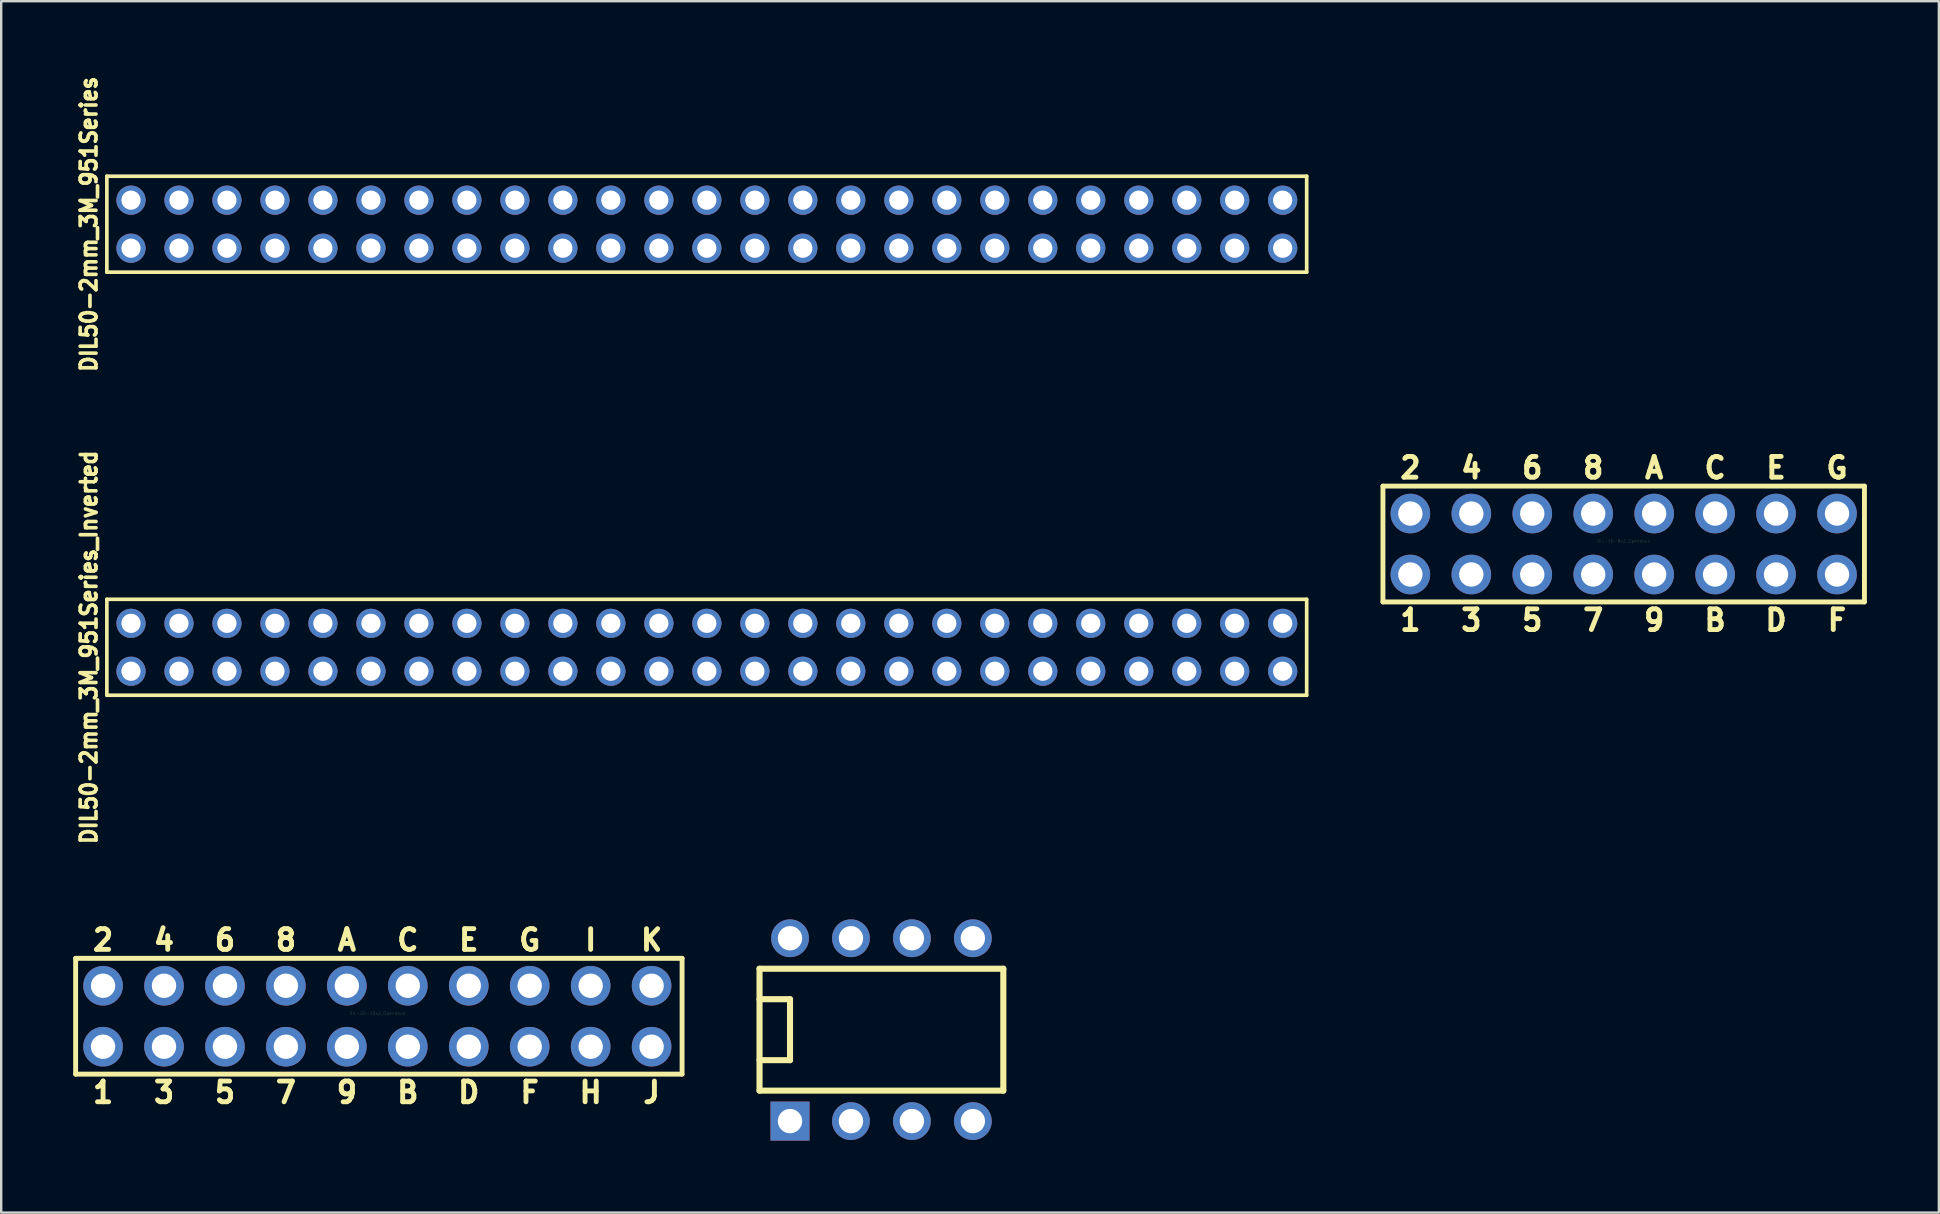
<source format=kicad_pcb>
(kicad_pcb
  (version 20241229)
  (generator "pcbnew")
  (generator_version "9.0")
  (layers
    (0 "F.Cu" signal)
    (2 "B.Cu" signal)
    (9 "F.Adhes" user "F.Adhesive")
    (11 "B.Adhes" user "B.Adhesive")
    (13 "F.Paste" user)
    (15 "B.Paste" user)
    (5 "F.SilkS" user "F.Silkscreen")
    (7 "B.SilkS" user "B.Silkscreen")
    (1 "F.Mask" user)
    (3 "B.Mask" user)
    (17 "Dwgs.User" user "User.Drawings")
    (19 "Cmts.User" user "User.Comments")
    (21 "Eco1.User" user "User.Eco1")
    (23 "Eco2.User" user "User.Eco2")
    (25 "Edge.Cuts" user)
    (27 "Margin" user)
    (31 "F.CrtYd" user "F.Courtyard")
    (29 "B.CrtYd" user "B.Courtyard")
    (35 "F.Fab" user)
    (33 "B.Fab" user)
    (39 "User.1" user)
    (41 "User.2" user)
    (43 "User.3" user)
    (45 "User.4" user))
  (footprint "DIL-20-10x2_Opendous"
    (layer "F.Cu")
    (at 12.675 39.301)
    (property "Reference" "DIL-20-10x2_Opendous" (at 0 -0.127 0) (layer "F.SilkS") (effects (font (size 0.127 0.127) (thickness 0.003))))
    (attr through_hole)
    (fp_line (start -12.573 -2.413) (end 12.7 -2.413) (stroke (width 0.203) (type solid)) (layer "F.SilkS"))
    (fp_line (start -12.573 2.413) (end -12.573 -2.413) (stroke (width 0.203) (type solid)) (layer "F.SilkS"))
    (fp_line (start -12.573 2.413) (end 12.7 2.413) (stroke (width 0.203) (type solid)) (layer "F.SilkS"))
    (fp_line (start 12.7 2.413) (end 12.7 -2.413) (stroke (width 0.203) (type solid)) (layer "F.SilkS"))
    (fp_text user "3" (at -8.89 3.175 0) (layer "F.SilkS") (effects (font (size 0.864 0.813) (thickness 0.203))))
    (fp_text user "8" (at -3.81 -3.175 0) (layer "F.SilkS") (effects (font (size 0.864 0.813) (thickness 0.203))))
    (fp_text user "A" (at -1.27 -3.175 0) (layer "F.SilkS") (effects (font (size 0.864 0.813) (thickness 0.203))))
    (fp_text user "I" (at 8.89 -3.175 0) (layer "F.SilkS") (effects (font (size 0.864 0.813) (thickness 0.203))))
    (fp_text user "6" (at -6.35 -3.175 0) (layer "F.SilkS") (effects (font (size 0.864 0.813) (thickness 0.203))))
    (fp_text user "B" (at 1.27 3.175 0) (layer "F.SilkS") (effects (font (size 0.864 0.813) (thickness 0.203))))
    (fp_text user "H" (at 8.89 3.175 0) (layer "F.SilkS") (effects (font (size 0.864 0.813) (thickness 0.203))))
    (fp_text user "C" (at 1.27 -3.175 0) (layer "F.SilkS") (effects (font (size 0.864 0.813) (thickness 0.203))))
    (fp_text user "K" (at 11.43 -3.175 0) (layer "F.SilkS") (effects (font (size 0.864 0.813) (thickness 0.203))))
    (fp_text user "1" (at -11.43 3.175 0) (layer "F.SilkS") (effects (font (size 0.864 0.813) (thickness 0.203))))
    (fp_text user "7" (at -3.81 3.175 0) (layer "F.SilkS") (effects (font (size 0.864 0.813) (thickness 0.203))))
    (fp_text user "2" (at -11.43 -3.175 0) (layer "F.SilkS") (effects (font (size 0.864 0.813) (thickness 0.203))))
    (fp_text user "E" (at 3.81 -3.175 0) (layer "F.SilkS") (effects (font (size 0.864 0.813) (thickness 0.203))))
    (fp_text user "5" (at -6.35 3.175 0) (layer "F.SilkS") (effects (font (size 0.864 0.813) (thickness 0.203))))
    (fp_text user "J" (at 11.43 3.175 0) (layer "F.SilkS") (effects (font (size 0.864 0.813) (thickness 0.203))))
    (fp_text user "G" (at 6.35 -3.175 0) (layer "F.SilkS") (effects (font (size 0.864 0.813) (thickness 0.203))))
    (fp_text user "4" (at -8.89 -3.175 0) (layer "F.SilkS") (effects (font (size 0.864 0.813) (thickness 0.203))))
    (fp_text user "D" (at 3.81 3.175 0) (layer "F.SilkS") (effects (font (size 0.864 0.813) (thickness 0.203))))
    (fp_text user "9" (at -1.27 3.175 0) (layer "F.SilkS") (effects (font (size 0.864 0.813) (thickness 0.203))))
    (fp_text user "F" (at 6.35 3.175 0) (layer "F.SilkS") (effects (font (size 0.864 0.813) (thickness 0.203))))
    (pad "1" thru_hole circle (at -11.43 1.27) (size 1.651 1.651) (drill 1.016) (layers "*.Cu" "*.Mask"))
    (pad "2" thru_hole circle (at -11.43 -1.27) (size 1.651 1.651) (drill 1.016) (layers "*.Cu" "*.Mask"))
    (pad "3" thru_hole circle (at -8.89 1.27) (size 1.651 1.651) (drill 1.016) (layers "*.Cu" "*.Mask"))
    (pad "4" thru_hole circle (at -8.89 -1.27) (size 1.651 1.651) (drill 1.016) (layers "*.Cu" "*.Mask"))
    (pad "5" thru_hole circle (at -6.35 1.27) (size 1.651 1.651) (drill 1.016) (layers "*.Cu" "*.Mask"))
    (pad "6" thru_hole circle (at -6.35 -1.27) (size 1.651 1.651) (drill 1.016) (layers "*.Cu" "*.Mask"))
    (pad "7" thru_hole circle (at -3.81 1.27) (size 1.651 1.651) (drill 1.016) (layers "*.Cu" "*.Mask"))
    (pad "8" thru_hole circle (at -3.81 -1.27) (size 1.651 1.651) (drill 1.016) (layers "*.Cu" "*.Mask"))
    (pad "9" thru_hole circle (at -1.27 1.27) (size 1.651 1.651) (drill 1.016) (layers "*.Cu" "*.Mask"))
    (pad "10" thru_hole circle (at -1.27 -1.27) (size 1.651 1.651) (drill 1.016) (layers "*.Cu" "*.Mask"))
    (pad "11" thru_hole circle (at 1.27 1.27) (size 1.651 1.651) (drill 1.016) (layers "*.Cu" "*.Mask"))
    (pad "12" thru_hole circle (at 1.27 -1.27) (size 1.651 1.651) (drill 1.016) (layers "*.Cu" "*.Mask"))
    (pad "13" thru_hole circle (at 3.81 1.27) (size 1.651 1.651) (drill 1.016) (layers "*.Cu" "*.Mask"))
    (pad "14" thru_hole circle (at 3.81 -1.27) (size 1.651 1.651) (drill 1.016) (layers "*.Cu" "*.Mask"))
    (pad "15" thru_hole circle (at 6.35 1.27) (size 1.651 1.651) (drill 1.016) (layers "*.Cu" "*.Mask"))
    (pad "16" thru_hole circle (at 6.35 -1.27) (size 1.651 1.651) (drill 1.016) (layers "*.Cu" "*.Mask"))
    (pad "17" thru_hole circle (at 8.89 1.27) (size 1.651 1.651) (drill 1.016) (layers "*.Cu" "*.Mask"))
    (pad "18" thru_hole circle (at 8.89 -1.27) (size 1.651 1.651) (drill 1.016) (layers "*.Cu" "*.Mask"))
    (pad "19" thru_hole circle (at 11.43 1.27) (size 1.651 1.651) (drill 1.016) (layers "*.Cu" "*.Mask"))
    (pad "20" thru_hole circle (at 11.43 -1.27) (size 1.651 1.651) (drill 1.016) (layers "*.Cu" "*.Mask")))
  (footprint "DIL50-2mm_3M_951Series"
    (layer "F.Cu")
    (at 26.404 6.293)
    (property "Reference" "DIL50-2mm_3M_951Series" (at -25.751 0 90) (layer "F.SilkS") (effects (font (size 0.66 0.61) (thickness 0.152))))
    (attr through_hole)
    (fp_line (start -25.001 -1.999) (end 25.001 -1.999) (stroke (width 0.152) (type solid)) (layer "F.SilkS"))
    (fp_line (start -25.001 1.999) (end -25.001 -1.999) (stroke (width 0.152) (type solid)) (layer "F.SilkS"))
    (fp_line (start 25.001 -1.999) (end 25.001 1.999) (stroke (width 0.152) (type solid)) (layer "F.SilkS"))
    (fp_line (start 25.001 1.999) (end -25.001 1.999) (stroke (width 0.152) (type solid)) (layer "F.SilkS"))
    (pad "1" thru_hole circle (at -23.995 -1.001) (size 1.219 1.219) (drill 0.8) (layers "*.Cu" "*.Mask"))
    (pad "2" thru_hole circle (at -23.995 1.001) (size 1.219 1.219) (drill 0.8) (layers "*.Cu" "*.Mask"))
    (pad "3" thru_hole circle (at -21.996 -1.001) (size 1.219 1.219) (drill 0.8) (layers "*.Cu" "*.Mask"))
    (pad "4" thru_hole circle (at -21.996 1.001) (size 1.219 1.219) (drill 0.8) (layers "*.Cu" "*.Mask"))
    (pad "5" thru_hole circle (at -19.997 -1.001) (size 1.219 1.219) (drill 0.8) (layers "*.Cu" "*.Mask"))
    (pad "6" thru_hole circle (at -19.997 1.001) (size 1.219 1.219) (drill 0.8) (layers "*.Cu" "*.Mask"))
    (pad "7" thru_hole circle (at -17.996 -1.001) (size 1.219 1.219) (drill 0.8) (layers "*.Cu" "*.Mask"))
    (pad "8" thru_hole circle (at -17.996 1.001) (size 1.219 1.219) (drill 0.8) (layers "*.Cu" "*.Mask"))
    (pad "9" thru_hole circle (at -15.997 -1.001) (size 1.219 1.219) (drill 0.8) (layers "*.Cu" "*.Mask"))
    (pad "10" thru_hole circle (at -15.997 1.001) (size 1.219 1.219) (drill 0.8) (layers "*.Cu" "*.Mask"))
    (pad "11" thru_hole circle (at -13.995 -1.001) (size 1.219 1.219) (drill 0.8) (layers "*.Cu" "*.Mask"))
    (pad "12" thru_hole circle (at -13.995 1.001) (size 1.219 1.219) (drill 0.8) (layers "*.Cu" "*.Mask"))
    (pad "13" thru_hole circle (at -11.996 -1.001) (size 1.219 1.219) (drill 0.8) (layers "*.Cu" "*.Mask"))
    (pad "14" thru_hole circle (at -11.996 1.001) (size 1.219 1.219) (drill 0.8) (layers "*.Cu" "*.Mask"))
    (pad "15" thru_hole circle (at -9.997 -1.001) (size 1.219 1.219) (drill 0.8) (layers "*.Cu" "*.Mask"))
    (pad "16" thru_hole circle (at -9.997 1.001) (size 1.219 1.219) (drill 0.8) (layers "*.Cu" "*.Mask"))
    (pad "17" thru_hole circle (at -7.996 -1.001) (size 1.219 1.219) (drill 0.8) (layers "*.Cu" "*.Mask"))
    (pad "18" thru_hole circle (at -7.996 1.001) (size 1.219 1.219) (drill 0.8) (layers "*.Cu" "*.Mask"))
    (pad "19" thru_hole circle (at -5.997 -1.001) (size 1.219 1.219) (drill 0.8) (layers "*.Cu" "*.Mask"))
    (pad "20" thru_hole circle (at -5.997 1.001) (size 1.219 1.219) (drill 0.8) (layers "*.Cu" "*.Mask"))
    (pad "21" thru_hole circle (at -3.998 -1.001) (size 1.219 1.219) (drill 0.8) (layers "*.Cu" "*.Mask"))
    (pad "22" thru_hole circle (at -3.998 1.001) (size 1.219 1.219) (drill 0.8) (layers "*.Cu" "*.Mask"))
    (pad "23" thru_hole circle (at -1.996 -1.001) (size 1.219 1.219) (drill 0.8) (layers "*.Cu" "*.Mask"))
    (pad "24" thru_hole circle (at -1.996 1.001) (size 1.219 1.219) (drill 0.8) (layers "*.Cu" "*.Mask"))
    (pad "25" thru_hole circle (at 0.003 -1.001) (size 1.219 1.219) (drill 0.8) (layers "*.Cu" "*.Mask"))
    (pad "26" thru_hole circle (at 0.003 1.001) (size 1.219 1.219) (drill 0.8) (layers "*.Cu" "*.Mask"))
    (pad "27" thru_hole circle (at 2.004 -1.001) (size 1.219 1.219) (drill 0.8) (layers "*.Cu" "*.Mask"))
    (pad "28" thru_hole circle (at 2.004 1.001) (size 1.219 1.219) (drill 0.8) (layers "*.Cu" "*.Mask"))
    (pad "29" thru_hole circle (at 4.003 -1.001) (size 1.219 1.219) (drill 0.8) (layers "*.Cu" "*.Mask"))
    (pad "30" thru_hole circle (at 4.003 1.001) (size 1.219 1.219) (drill 0.8) (layers "*.Cu" "*.Mask"))
    (pad "31" thru_hole circle (at 6.002 -1.001) (size 1.219 1.219) (drill 0.8) (layers "*.Cu" "*.Mask"))
    (pad "32" thru_hole circle (at 6.002 1.001) (size 1.219 1.219) (drill 0.8) (layers "*.Cu" "*.Mask"))
    (pad "33" thru_hole circle (at 8.004 -1.001) (size 1.219 1.219) (drill 0.8) (layers "*.Cu" "*.Mask"))
    (pad "34" thru_hole circle (at 8.004 1.001) (size 1.219 1.219) (drill 0.8) (layers "*.Cu" "*.Mask"))
    (pad "35" thru_hole circle (at 10.003 -1.001) (size 1.219 1.219) (drill 0.8) (layers "*.Cu" "*.Mask"))
    (pad "36" thru_hole circle (at 10.003 1.001) (size 1.219 1.219) (drill 0.8) (layers "*.Cu" "*.Mask"))
    (pad "37" thru_hole circle (at 12.004 -1.001) (size 1.219 1.219) (drill 0.8) (layers "*.Cu" "*.Mask"))
    (pad "38" thru_hole circle (at 12.004 1.001) (size 1.219 1.219) (drill 0.8) (layers "*.Cu" "*.Mask"))
    (pad "39" thru_hole circle (at 14.003 -1.001) (size 1.219 1.219) (drill 0.8) (layers "*.Cu" "*.Mask"))
    (pad "40" thru_hole circle (at 14.003 1.001) (size 1.219 1.219) (drill 0.8) (layers "*.Cu" "*.Mask"))
    (pad "41" thru_hole circle (at 16.002 -1.001) (size 1.219 1.219) (drill 0.8) (layers "*.Cu" "*.Mask"))
    (pad "42" thru_hole circle (at 16.002 1.001) (size 1.219 1.219) (drill 0.8) (layers "*.Cu" "*.Mask"))
    (pad "43" thru_hole circle (at 18.004 -1.001) (size 1.219 1.219) (drill 0.8) (layers "*.Cu" "*.Mask"))
    (pad "44" thru_hole circle (at 18.004 1.001) (size 1.219 1.219) (drill 0.8) (layers "*.Cu" "*.Mask"))
    (pad "45" thru_hole circle (at 20.003 -1.001) (size 1.219 1.219) (drill 0.8) (layers "*.Cu" "*.Mask"))
    (pad "46" thru_hole circle (at 20.003 1.001) (size 1.219 1.219) (drill 0.8) (layers "*.Cu" "*.Mask"))
    (pad "47" thru_hole circle (at 22.001 -1.001) (size 1.219 1.219) (drill 0.8) (layers "*.Cu" "*.Mask"))
    (pad "48" thru_hole circle (at 22.001 1.001) (size 1.219 1.219) (drill 0.8) (layers "*.Cu" "*.Mask"))
    (pad "49" thru_hole circle (at 24 -1.001) (size 1.219 1.219) (drill 0.8) (layers "*.Cu" "*.Mask"))
    (pad "50" thru_hole circle (at 24 1.001) (size 1.219 1.219) (drill 0.8) (layers "*.Cu" "*.Mask")))
  (footprint "DIL-16-8x2_Opendous"
    (layer "F.Cu")
    (at 64.616 19.622)
    (property "Reference" "DIL-16-8x2_Opendous" (at 0 -0.127 0) (layer "F.SilkS") (effects (font (size 0.127 0.127) (thickness 0.003))))
    (attr through_hole)
    (fp_line (start -10.033 2.413) (end -10.033 -2.413) (stroke (width 0.203) (type solid)) (layer "F.SilkS"))
    (fp_line (start -10.033 2.413) (end 10.033 2.413) (stroke (width 0.203) (type solid)) (layer "F.SilkS"))
    (fp_line (start 10.033 -2.413) (end -10.033 -2.413) (stroke (width 0.203) (type solid)) (layer "F.SilkS"))
    (fp_line (start 10.033 -2.413) (end 10.033 2.413) (stroke (width 0.203) (type solid)) (layer "F.SilkS"))
    (fp_text user "G" (at 8.89 -3.175 0) (layer "F.SilkS") (effects (font (size 0.864 0.813) (thickness 0.203))))
    (fp_text user "1" (at -8.89 3.175 0) (layer "F.SilkS") (effects (font (size 0.864 0.813) (thickness 0.203))))
    (fp_text user "A" (at 1.27 -3.175 0) (layer "F.SilkS") (effects (font (size 0.864 0.813) (thickness 0.203))))
    (fp_text user "7" (at -1.27 3.175 0) (layer "F.SilkS") (effects (font (size 0.864 0.813) (thickness 0.203))))
    (fp_text user "F" (at 8.89 3.175 0) (layer "F.SilkS") (effects (font (size 0.864 0.813) (thickness 0.203))))
    (fp_text user "6" (at -3.81 -3.175 0) (layer "F.SilkS") (effects (font (size 0.864 0.813) (thickness 0.203))))
    (fp_text user "8" (at -1.27 -3.175 0) (layer "F.SilkS") (effects (font (size 0.864 0.813) (thickness 0.203))))
    (fp_text user "B" (at 3.81 3.175 0) (layer "F.SilkS") (effects (font (size 0.864 0.813) (thickness 0.203))))
    (fp_text user "5" (at -3.81 3.175 0) (layer "F.SilkS") (effects (font (size 0.864 0.813) (thickness 0.203))))
    (fp_text user "2" (at -8.89 -3.175 0) (layer "F.SilkS") (effects (font (size 0.864 0.813) (thickness 0.203))))
    (fp_text user "C" (at 3.81 -3.175 0) (layer "F.SilkS") (effects (font (size 0.864 0.813) (thickness 0.203))))
    (fp_text user "E" (at 6.35 -3.175 0) (layer "F.SilkS") (effects (font (size 0.864 0.813) (thickness 0.203))))
    (fp_text user "9" (at 1.27 3.175 0) (layer "F.SilkS") (effects (font (size 0.864 0.813) (thickness 0.203))))
    (fp_text user "3" (at -6.35 3.175 0) (layer "F.SilkS") (effects (font (size 0.864 0.813) (thickness 0.203))))
    (fp_text user "D" (at 6.35 3.175 0) (layer "F.SilkS") (effects (font (size 0.864 0.813) (thickness 0.203))))
    (fp_text user "4" (at -6.35 -3.175 0) (layer "F.SilkS") (effects (font (size 0.864 0.813) (thickness 0.203))))
    (pad "1" thru_hole circle (at -8.89 1.27) (size 1.651 1.651) (drill 1.016) (layers "*.Cu" "*.Mask"))
    (pad "2" thru_hole circle (at -8.89 -1.27) (size 1.651 1.651) (drill 1.016) (layers "*.Cu" "*.Mask"))
    (pad "3" thru_hole circle (at -6.35 1.27) (size 1.651 1.651) (drill 1.016) (layers "*.Cu" "*.Mask"))
    (pad "4" thru_hole circle (at -6.35 -1.27) (size 1.651 1.651) (drill 1.016) (layers "*.Cu" "*.Mask"))
    (pad "5" thru_hole circle (at -3.81 1.27) (size 1.651 1.651) (drill 1.016) (layers "*.Cu" "*.Mask"))
    (pad "6" thru_hole circle (at -3.81 -1.27) (size 1.651 1.651) (drill 1.016) (layers "*.Cu" "*.Mask"))
    (pad "7" thru_hole circle (at -1.27 1.27) (size 1.651 1.651) (drill 1.016) (layers "*.Cu" "*.Mask"))
    (pad "8" thru_hole circle (at -1.27 -1.27) (size 1.651 1.651) (drill 1.016) (layers "*.Cu" "*.Mask"))
    (pad "9" thru_hole circle (at 1.27 1.27) (size 1.651 1.651) (drill 1.016) (layers "*.Cu" "*.Mask"))
    (pad "10" thru_hole circle (at 1.27 -1.27) (size 1.651 1.651) (drill 1.016) (layers "*.Cu" "*.Mask"))
    (pad "11" thru_hole circle (at 3.81 1.27) (size 1.651 1.651) (drill 1.016) (layers "*.Cu" "*.Mask"))
    (pad "12" thru_hole circle (at 3.81 -1.27) (size 1.651 1.651) (drill 1.016) (layers "*.Cu" "*.Mask"))
    (pad "13" thru_hole circle (at 6.35 1.27) (size 1.651 1.651) (drill 1.016) (layers "*.Cu" "*.Mask"))
    (pad "14" thru_hole circle (at 6.35 -1.27) (size 1.651 1.651) (drill 1.016) (layers "*.Cu" "*.Mask"))
    (pad "15" thru_hole circle (at 8.89 1.27) (size 1.651 1.651) (drill 1.016) (layers "*.Cu" "*.Mask"))
    (pad "16" thru_hole circle (at 8.89 -1.27) (size 1.651 1.651) (drill 1.016) (layers "*.Cu" "*.Mask")))
  (footprint "DIP-8__300_for_Adapters"
    (layer "F.Cu")
    (at 33.683 39.861)
    (property "Reference" "DIP-8__300_for_Adapters" (at -5.08 0 90) (layer "F.SilkS") (effects (font (size 0.127 0.127) (thickness 0.003))))
    (attr through_hole)
    (fp_line (start -5.08 -2.54) (end 5.08 -2.54) (stroke (width 0.254) (type solid)) (layer "F.SilkS"))
    (fp_line (start -5.08 -1.27) (end -3.81 -1.27) (stroke (width 0.254) (type solid)) (layer "F.SilkS"))
    (fp_line (start -5.08 2.54) (end -5.08 -2.54) (stroke (width 0.254) (type solid)) (layer "F.SilkS"))
    (fp_line (start -3.81 -1.27) (end -3.81 1.27) (stroke (width 0.254) (type solid)) (layer "F.SilkS"))
    (fp_line (start -3.81 1.27) (end -5.08 1.27) (stroke (width 0.254) (type solid)) (layer "F.SilkS"))
    (fp_line (start 5.08 -2.54) (end 5.08 2.54) (stroke (width 0.254) (type solid)) (layer "F.SilkS"))
    (fp_line (start 5.08 2.54) (end -5.08 2.54) (stroke (width 0.254) (type solid)) (layer "F.SilkS"))
    (pad "1" thru_hole rect (at -3.81 3.81) (size 1.626 1.626) (drill 1.016) (layers "*.Cu" "*.Mask"))
    (pad "2" thru_hole circle (at -1.27 3.81) (size 1.575 1.575) (drill 1.016) (layers "*.Cu" "*.Mask"))
    (pad "3" thru_hole circle (at 1.27 3.81) (size 1.575 1.575) (drill 1.016) (layers "*.Cu" "*.Mask"))
    (pad "4" thru_hole circle (at 3.81 3.81) (size 1.575 1.575) (drill 1.016) (layers "*.Cu" "*.Mask"))
    (pad "5" thru_hole circle (at 3.81 -3.81) (size 1.575 1.575) (drill 1.016) (layers "*.Cu" "*.Mask"))
    (pad "6" thru_hole circle (at 1.27 -3.81) (size 1.575 1.575) (drill 1.016) (layers "*.Cu" "*.Mask"))
    (pad "7" thru_hole circle (at -1.27 -3.81) (size 1.575 1.575) (drill 1.016) (layers "*.Cu" "*.Mask"))
    (pad "8" thru_hole circle (at -3.81 -3.81) (size 1.575 1.575) (drill 1.016) (layers "*.Cu" "*.Mask")))
  (footprint "DIL50-2mm_3M_951Series_Inverted"
    (layer "F.Cu")
    (at 26.404 23.925)
    (property "Reference" "DIL50-2mm_3M_951Series_Inverted" (at -25.751 0 90) (layer "F.SilkS") (effects (font (size 0.66 0.61) (thickness 0.152))))
    (attr through_hole)
    (fp_line (start -25.001 -1.999) (end 25.001 -1.999) (stroke (width 0.152) (type solid)) (layer "F.SilkS"))
    (fp_line (start -25.001 1.999) (end -25.001 -1.999) (stroke (width 0.152) (type solid)) (layer "F.SilkS"))
    (fp_line (start 25.001 -1.999) (end 25.001 1.999) (stroke (width 0.152) (type solid)) (layer "F.SilkS"))
    (fp_line (start 25.001 1.999) (end -25.001 1.999) (stroke (width 0.152) (type solid)) (layer "F.SilkS"))
    (pad "1" thru_hole circle (at -23.995 0.998) (size 1.219 1.219) (drill 0.8) (layers "*.Cu" "*.Mask"))
    (pad "2" thru_hole circle (at -23.995 -0.998) (size 1.219 1.219) (drill 0.8) (layers "*.Cu" "*.Mask"))
    (pad "3" thru_hole circle (at -21.996 0.998) (size 1.219 1.219) (drill 0.8) (layers "*.Cu" "*.Mask"))
    (pad "4" thru_hole circle (at -21.996 -0.998) (size 1.219 1.219) (drill 0.8) (layers "*.Cu" "*.Mask"))
    (pad "5" thru_hole circle (at -19.997 0.998) (size 1.219 1.219) (drill 0.8) (layers "*.Cu" "*.Mask"))
    (pad "6" thru_hole circle (at -19.997 -0.998) (size 1.219 1.219) (drill 0.8) (layers "*.Cu" "*.Mask"))
    (pad "7" thru_hole circle (at -17.996 0.998) (size 1.219 1.219) (drill 0.8) (layers "*.Cu" "*.Mask"))
    (pad "8" thru_hole circle (at -17.996 -0.998) (size 1.219 1.219) (drill 0.8) (layers "*.Cu" "*.Mask"))
    (pad "9" thru_hole circle (at -15.997 0.998) (size 1.219 1.219) (drill 0.8) (layers "*.Cu" "*.Mask"))
    (pad "10" thru_hole circle (at -15.997 -0.998) (size 1.219 1.219) (drill 0.8) (layers "*.Cu" "*.Mask"))
    (pad "11" thru_hole circle (at -13.995 0.998) (size 1.219 1.219) (drill 0.8) (layers "*.Cu" "*.Mask"))
    (pad "12" thru_hole circle (at -13.995 -0.998) (size 1.219 1.219) (drill 0.8) (layers "*.Cu" "*.Mask"))
    (pad "13" thru_hole circle (at -11.996 0.998) (size 1.219 1.219) (drill 0.8) (layers "*.Cu" "*.Mask"))
    (pad "14" thru_hole circle (at -11.996 -0.998) (size 1.219 1.219) (drill 0.8) (layers "*.Cu" "*.Mask"))
    (pad "15" thru_hole circle (at -9.997 0.998) (size 1.219 1.219) (drill 0.8) (layers "*.Cu" "*.Mask"))
    (pad "16" thru_hole circle (at -9.997 -0.998) (size 1.219 1.219) (drill 0.8) (layers "*.Cu" "*.Mask"))
    (pad "17" thru_hole circle (at -7.996 0.998) (size 1.219 1.219) (drill 0.8) (layers "*.Cu" "*.Mask"))
    (pad "18" thru_hole circle (at -7.996 -0.998) (size 1.219 1.219) (drill 0.8) (layers "*.Cu" "*.Mask"))
    (pad "19" thru_hole circle (at -5.997 0.998) (size 1.219 1.219) (drill 0.8) (layers "*.Cu" "*.Mask"))
    (pad "20" thru_hole circle (at -5.997 -0.998) (size 1.219 1.219) (drill 0.8) (layers "*.Cu" "*.Mask"))
    (pad "21" thru_hole circle (at -3.998 0.998) (size 1.219 1.219) (drill 0.8) (layers "*.Cu" "*.Mask"))
    (pad "22" thru_hole circle (at -3.998 -0.998) (size 1.219 1.219) (drill 0.8) (layers "*.Cu" "*.Mask"))
    (pad "23" thru_hole circle (at -1.996 0.998) (size 1.219 1.219) (drill 0.8) (layers "*.Cu" "*.Mask"))
    (pad "24" thru_hole circle (at -1.996 -0.998) (size 1.219 1.219) (drill 0.8) (layers "*.Cu" "*.Mask"))
    (pad "25" thru_hole circle (at 0.003 0.998) (size 1.219 1.219) (drill 0.8) (layers "*.Cu" "*.Mask"))
    (pad "26" thru_hole circle (at 0.003 -0.998) (size 1.219 1.219) (drill 0.8) (layers "*.Cu" "*.Mask"))
    (pad "27" thru_hole circle (at 2.004 0.998) (size 1.219 1.219) (drill 0.8) (layers "*.Cu" "*.Mask"))
    (pad "28" thru_hole circle (at 2.004 -0.998) (size 1.219 1.219) (drill 0.8) (layers "*.Cu" "*.Mask"))
    (pad "29" thru_hole circle (at 4.003 0.998) (size 1.219 1.219) (drill 0.8) (layers "*.Cu" "*.Mask"))
    (pad "30" thru_hole circle (at 4.003 -0.998) (size 1.219 1.219) (drill 0.8) (layers "*.Cu" "*.Mask"))
    (pad "31" thru_hole circle (at 6.002 0.998) (size 1.219 1.219) (drill 0.8) (layers "*.Cu" "*.Mask"))
    (pad "32" thru_hole circle (at 6.002 -0.998) (size 1.219 1.219) (drill 0.8) (layers "*.Cu" "*.Mask"))
    (pad "33" thru_hole circle (at 8.004 0.998) (size 1.219 1.219) (drill 0.8) (layers "*.Cu" "*.Mask"))
    (pad "34" thru_hole circle (at 8.004 -0.998) (size 1.219 1.219) (drill 0.8) (layers "*.Cu" "*.Mask"))
    (pad "35" thru_hole circle (at 10.003 0.998) (size 1.219 1.219) (drill 0.8) (layers "*.Cu" "*.Mask"))
    (pad "36" thru_hole circle (at 10.003 -0.998) (size 1.219 1.219) (drill 0.8) (layers "*.Cu" "*.Mask"))
    (pad "37" thru_hole circle (at 12.004 0.998) (size 1.219 1.219) (drill 0.8) (layers "*.Cu" "*.Mask"))
    (pad "38" thru_hole circle (at 12.004 -0.998) (size 1.219 1.219) (drill 0.8) (layers "*.Cu" "*.Mask"))
    (pad "39" thru_hole circle (at 14.003 0.998) (size 1.219 1.219) (drill 0.8) (layers "*.Cu" "*.Mask"))
    (pad "40" thru_hole circle (at 14.003 -0.998) (size 1.219 1.219) (drill 0.8) (layers "*.Cu" "*.Mask"))
    (pad "41" thru_hole circle (at 16.002 0.998) (size 1.219 1.219) (drill 0.8) (layers "*.Cu" "*.Mask"))
    (pad "42" thru_hole circle (at 16.002 -0.998) (size 1.219 1.219) (drill 0.8) (layers "*.Cu" "*.Mask"))
    (pad "43" thru_hole circle (at 18.004 0.998) (size 1.219 1.219) (drill 0.8) (layers "*.Cu" "*.Mask"))
    (pad "44" thru_hole circle (at 18.004 -0.998) (size 1.219 1.219) (drill 0.8) (layers "*.Cu" "*.Mask"))
    (pad "45" thru_hole circle (at 20.003 0.998) (size 1.219 1.219) (drill 0.8) (layers "*.Cu" "*.Mask"))
    (pad "46" thru_hole circle (at 20.003 -0.998) (size 1.219 1.219) (drill 0.8) (layers "*.Cu" "*.Mask"))
    (pad "47" thru_hole circle (at 22.001 0.998) (size 1.219 1.219) (drill 0.8) (layers "*.Cu" "*.Mask"))
    (pad "48" thru_hole circle (at 22.001 -0.998) (size 1.219 1.219) (drill 0.8) (layers "*.Cu" "*.Mask"))
    (pad "49" thru_hole circle (at 24 0.998) (size 1.219 1.219) (drill 0.8) (layers "*.Cu" "*.Mask"))
    (pad "50" thru_hole circle (at 24 -0.998) (size 1.219 1.219) (drill 0.8) (layers "*.Cu" "*.Mask")))
  (gr_rect
    (start -3 -3)
    (end 77.751 47.484)
    (stroke (width 0.1) (type default))
    (fill no)
    (layer "Edge.Cuts")))
</source>
